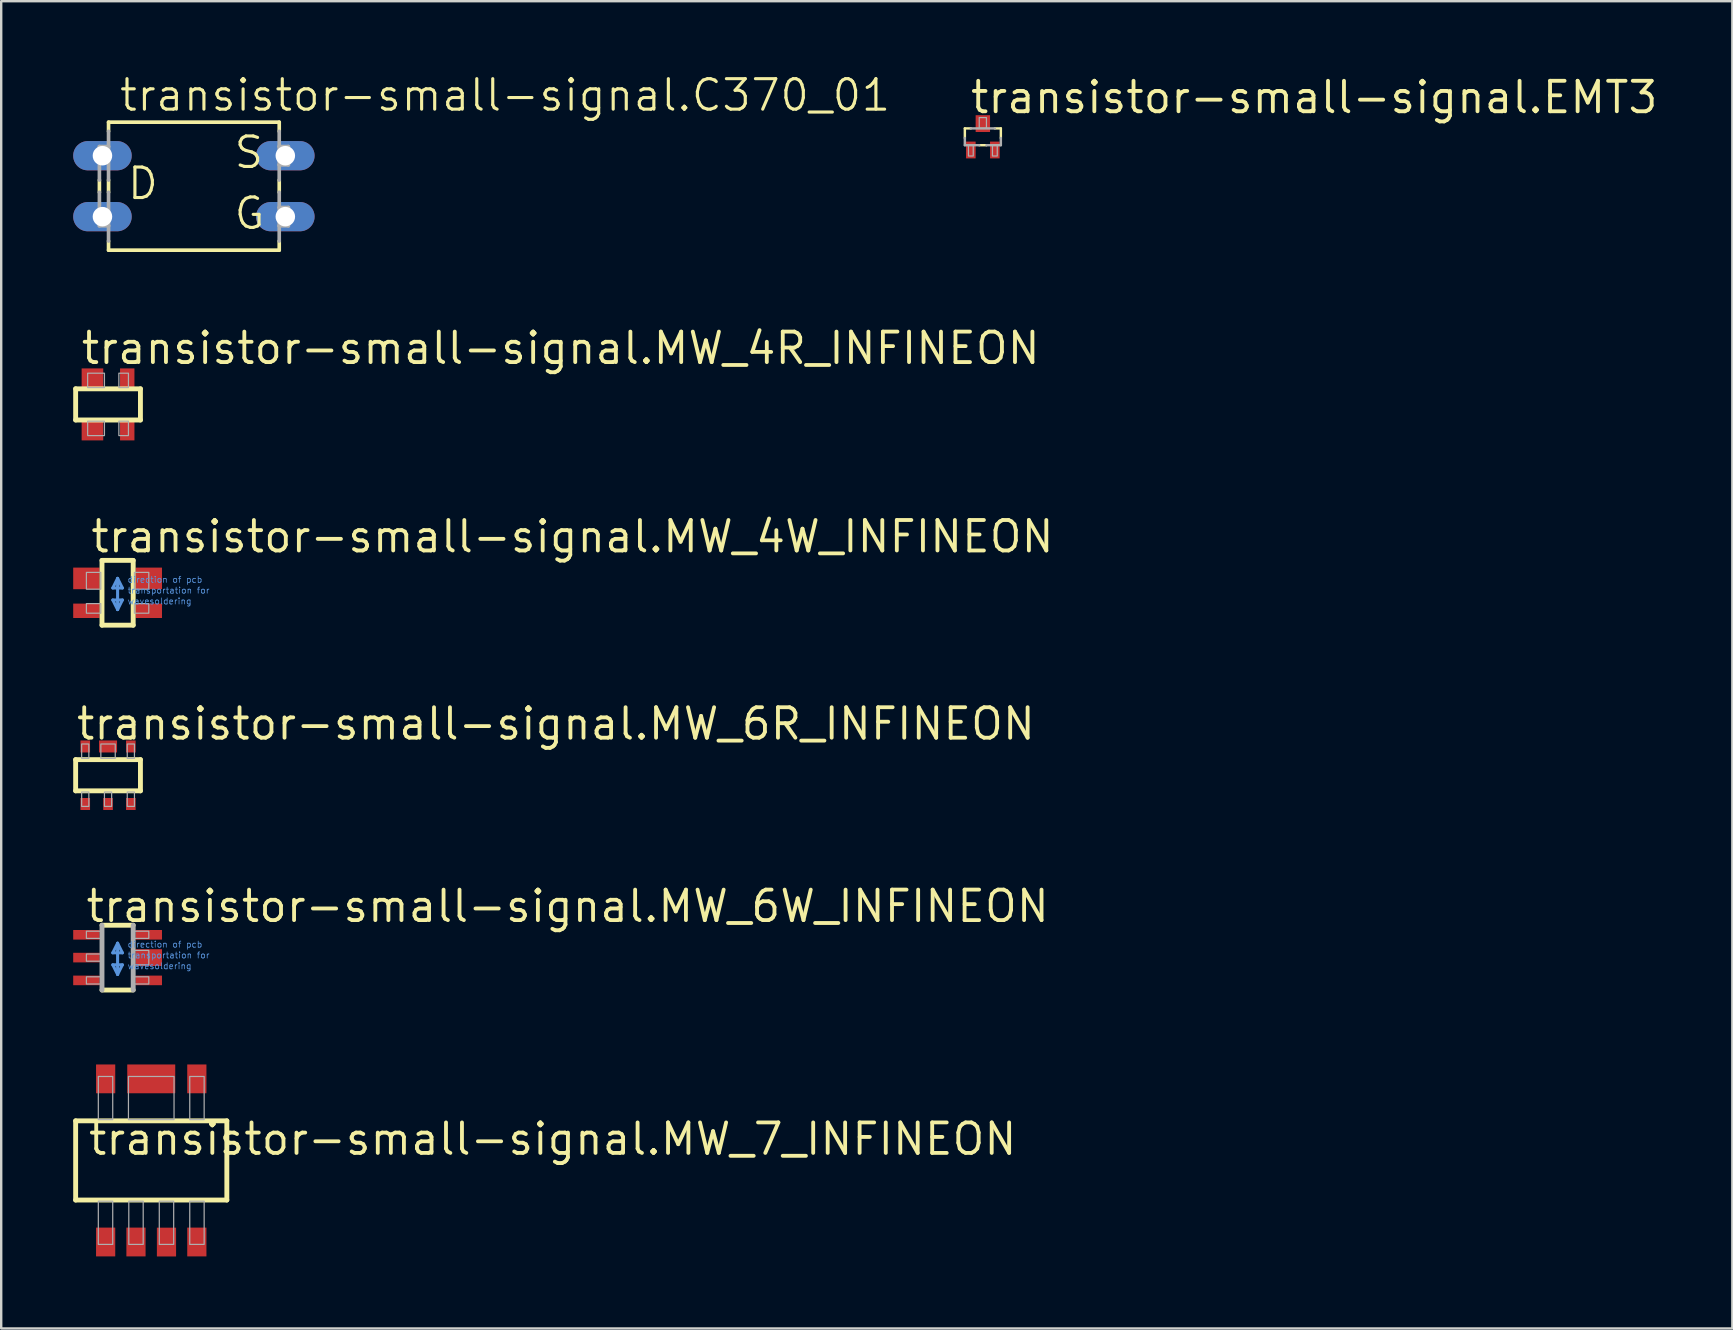
<source format=kicad_pcb>
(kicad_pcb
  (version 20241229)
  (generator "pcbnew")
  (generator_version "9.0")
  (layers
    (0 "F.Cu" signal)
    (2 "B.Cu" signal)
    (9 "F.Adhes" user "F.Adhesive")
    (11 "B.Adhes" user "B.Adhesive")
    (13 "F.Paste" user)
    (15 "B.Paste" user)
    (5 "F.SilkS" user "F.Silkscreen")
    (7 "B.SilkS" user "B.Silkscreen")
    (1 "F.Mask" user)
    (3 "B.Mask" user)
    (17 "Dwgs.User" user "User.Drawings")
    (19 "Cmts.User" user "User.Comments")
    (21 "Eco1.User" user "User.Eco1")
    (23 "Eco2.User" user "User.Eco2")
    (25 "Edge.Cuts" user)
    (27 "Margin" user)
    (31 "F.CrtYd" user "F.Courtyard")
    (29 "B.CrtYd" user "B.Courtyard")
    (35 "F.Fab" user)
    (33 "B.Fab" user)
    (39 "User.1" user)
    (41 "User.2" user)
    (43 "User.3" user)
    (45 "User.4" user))
  (footprint "transistor-small-signal.MW_4R_INFINEON"
    (layer "F.Cu")
    (at 1.452 13.801)
    (property "Reference" "transistor-small-signal.MW_4R_INFINEON" (at -1.2 -1.6 0) (layer "F.SilkS") (effects (font (size 1.27 1.27) (thickness 0.16)) (justify left bottom)))
    (attr smd)
    (fp_line (start -1.35 -0.65) (end -1.35 0.65) (stroke (width 0.203) (type default)) (layer "F.SilkS"))
    (fp_line (start -1.35 0.65) (end 1.35 0.65) (stroke (width 0.203) (type default)) (layer "F.SilkS"))
    (fp_line (start 1.35 -0.65) (end -1.35 -0.65) (stroke (width 0.203) (type default)) (layer "F.SilkS"))
    (fp_line (start 1.35 0.65) (end 1.35 -0.65) (stroke (width 0.203) (type default)) (layer "F.SilkS"))
    (fp_rect (start -0.85 -0.7) (end -0.15 -1.3) (stroke (width 0.05) (type default)) (fill no) (layer "F.Fab"))
    (fp_rect (start -0.85 1.3) (end -0.15 0.7) (stroke (width 0.05) (type default)) (fill no) (layer "F.Fab"))
    (fp_rect (start 0.45 -0.7) (end 0.85 -1.3) (stroke (width 0.05) (type default)) (fill no) (layer "F.Fab"))
    (fp_rect (start 0.45 1.3) (end 0.85 0.7) (stroke (width 0.05) (type default)) (fill no) (layer "F.Fab"))
    (pad "1" smd roundrect (at -0.65 1.05) (size 0.9 0.9) (layers "F.Cu" "F.Mask" "F.Paste") (roundrect_rratio 0.01))
    (pad "2" smd roundrect (at 0.8 1.05) (size 0.6 0.9) (layers "F.Cu" "F.Mask" "F.Paste") (roundrect_rratio 0.01))
    (pad "3" smd roundrect (at 0.8 -1.05) (size 0.6 0.9) (layers "F.Cu" "F.Mask" "F.Paste") (roundrect_rratio 0.01))
    (pad "4" smd roundrect (at -0.65 -1.05) (size 0.9 0.9) (layers "F.Cu" "F.Mask" "F.Paste") (roundrect_rratio 0.01)))
  (footprint "transistor-small-signal.MW_6R_INFINEON"
    (layer "F.Cu")
    (at 1.452 29.253)
    (property "Reference" "transistor-small-signal.MW_6R_INFINEON" (at -1.4 -1.4 0) (layer "F.SilkS") (effects (font (size 1.27 1.27) (thickness 0.16)) (justify left bottom)))
    (attr smd)
    (fp_line (start -1.35 -0.65) (end -1.35 0.65) (stroke (width 0.203) (type default)) (layer "F.SilkS"))
    (fp_line (start -1.35 0.65) (end 1.35 0.65) (stroke (width 0.203) (type default)) (layer "F.SilkS"))
    (fp_line (start 1.35 -0.65) (end -1.35 -0.65) (stroke (width 0.203) (type default)) (layer "F.SilkS"))
    (fp_line (start 1.35 0.65) (end 1.35 -0.65) (stroke (width 0.203) (type default)) (layer "F.SilkS"))
    (fp_rect (start -1.1 -0.7) (end -0.8 -1.3) (stroke (width 0.05) (type default)) (fill no) (layer "F.Fab"))
    (fp_rect (start -1.1 1.3) (end -0.8 0.7) (stroke (width 0.05) (type default)) (fill no) (layer "F.Fab"))
    (fp_rect (start -0.3 -0.7) (end 0.3 -1.3) (stroke (width 0.05) (type default)) (fill no) (layer "F.Fab"))
    (fp_rect (start -0.15 1.3) (end 0.15 0.7) (stroke (width 0.05) (type default)) (fill no) (layer "F.Fab"))
    (fp_rect (start 0.8 -0.7) (end 1.1 -1.3) (stroke (width 0.05) (type default)) (fill no) (layer "F.Fab"))
    (fp_rect (start 0.8 1.3) (end 1.1 0.7) (stroke (width 0.05) (type default)) (fill no) (layer "F.Fab"))
    (pad "1" smd roundrect (at -0.95 1.2) (size 0.4 0.5) (layers "F.Cu" "F.Mask" "F.Paste") (roundrect_rratio 0.01))
    (pad "2" smd roundrect (at 0 1.2) (size 0.4 0.5) (layers "F.Cu" "F.Mask" "F.Paste") (roundrect_rratio 0.01))
    (pad "3" smd roundrect (at 0.95 1.2) (size 0.4 0.5) (layers "F.Cu" "F.Mask" "F.Paste") (roundrect_rratio 0.01))
    (pad "4" smd roundrect (at 0.95 -1.2) (size 0.4 0.5) (layers "F.Cu" "F.Mask" "F.Paste") (roundrect_rratio 0.01))
    (pad "5" smd roundrect (at 0 -1.2) (size 0.75 0.5) (layers "F.Cu" "F.Mask" "F.Paste") (roundrect_rratio 0.01))
    (pad "6" smd roundrect (at -0.95 -1.2) (size 0.4 0.5) (layers "F.Cu" "F.Mask" "F.Paste") (roundrect_rratio 0.01)))
  (footprint "transistor-small-signal.MW_6W_INFINEON"
    (layer "F.Cu")
    (at 1.85 36.853)
    (property "Reference" "transistor-small-signal.MW_6W_INFINEON" (at -1.4 -1.4 0) (layer "F.SilkS") (effects (font (size 1.27 1.27) (thickness 0.16)) (justify left bottom)))
    (attr smd)
    (fp_line (start -0.65 1.35) (end 0.65 1.35) (stroke (width 0.203) (type default)) (layer "F.SilkS"))
    (fp_line (start 0.65 -1.35) (end -0.65 -1.35) (stroke (width 0.203) (type default)) (layer "F.SilkS"))
    (fp_line (start -0.2 -0.2) (end 0.2 -0.2) (stroke (width 0.127) (type default)) (layer "Cmts.User"))
    (fp_line (start -0.2 0.3) (end 0 0.7) (stroke (width 0.127) (type default)) (layer "Cmts.User"))
    (fp_line (start 0 -0.6) (end -0.2 -0.2) (stroke (width 0.127) (type default)) (layer "Cmts.User"))
    (fp_line (start 0 0.7) (end 0 -0.6) (stroke (width 0.127) (type default)) (layer "Cmts.User"))
    (fp_line (start 0 0.7) (end 0.2 0.3) (stroke (width 0.127) (type default)) (layer "Cmts.User"))
    (fp_line (start 0.2 -0.2) (end 0 -0.6) (stroke (width 0.127) (type default)) (layer "Cmts.User"))
    (fp_line (start 0.2 0.3) (end -0.2 0.3) (stroke (width 0.127) (type default)) (layer "Cmts.User"))
    (fp_line (start -0.65 -1.35) (end -0.65 1.35) (stroke (width 0.203) (type default)) (layer "F.Fab"))
    (fp_line (start 0.65 1.35) (end 0.65 -1.35) (stroke (width 0.203) (type default)) (layer "F.Fab"))
    (fp_rect (start -1.3 -0.8) (end -0.7 -1.1) (stroke (width 0.05) (type default)) (fill no) (layer "F.Fab"))
    (fp_rect (start -1.3 0.15) (end -0.7 -0.15) (stroke (width 0.05) (type default)) (fill no) (layer "F.Fab"))
    (fp_rect (start -1.3 1.1) (end -0.7 0.8) (stroke (width 0.05) (type default)) (fill no) (layer "F.Fab"))
    (fp_rect (start 0.7 -0.8) (end 1.3 -1.1) (stroke (width 0.05) (type default)) (fill no) (layer "F.Fab"))
    (fp_rect (start 0.7 0.3) (end 1.3 -0.3) (stroke (width 0.05) (type default)) (fill no) (layer "F.Fab"))
    (fp_rect (start 0.7 1.1) (end 1.3 0.8) (stroke (width 0.05) (type default)) (fill no) (layer "F.Fab"))
    (fp_text user "direction of pcb" (at 0.4 -0.4 0) (layer "Cmts.User") (effects (font (size 0.254 0.254) (thickness 0.03)) (justify left bottom)))
    (fp_text user "wavesoldering" (at 0.4 0.5 0) (layer "Cmts.User") (effects (font (size 0.254 0.254) (thickness 0.03)) (justify left bottom)))
    (fp_text user "transportation for" (at 0.4 0.05 0) (layer "Cmts.User") (effects (font (size 0.254 0.254) (thickness 0.03)) (justify left bottom)))
    (pad "1" smd roundrect (at -1.3 -0.95) (size 1.1 0.4) (layers "F.Cu" "F.Mask" "F.Paste") (roundrect_rratio 0.01))
    (pad "2" smd roundrect (at -1.3 0) (size 1.1 0.4) (layers "F.Cu" "F.Mask" "F.Paste") (roundrect_rratio 0.01))
    (pad "3" smd roundrect (at -1.3 0.95) (size 1.1 0.4) (layers "F.Cu" "F.Mask" "F.Paste") (roundrect_rratio 0.01))
    (pad "4" smd roundrect (at 1.3 0.95) (size 1.1 0.4) (layers "F.Cu" "F.Mask" "F.Paste") (roundrect_rratio 0.01))
    (pad "5" smd roundrect (at 1.3 0) (size 1.1 0.7) (layers "F.Cu" "F.Mask" "F.Paste") (roundrect_rratio 0.01))
    (pad "6" smd roundrect (at 1.3 -0.95) (size 1.1 0.4) (layers "F.Cu" "F.Mask" "F.Paste") (roundrect_rratio 0.01)))
  (footprint "transistor-small-signal.MW_7_INFINEON"
    (layer "F.Cu")
    (at 3.252 45.304)
    (property "Reference" "transistor-small-signal.MW_7_INFINEON" (at -2.7 -0.15 0) (layer "F.SilkS") (effects (font (size 1.27 1.27) (thickness 0.16)) (justify left bottom)))
    (attr smd)
    (fp_line (start -3.15 -1.65) (end -3.15 1.65) (stroke (width 0.203) (type default)) (layer "F.SilkS"))
    (fp_line (start -3.15 1.65) (end 3.15 1.65) (stroke (width 0.203) (type default)) (layer "F.SilkS"))
    (fp_line (start 3.15 -1.65) (end -3.15 -1.65) (stroke (width 0.203) (type default)) (layer "F.SilkS"))
    (fp_line (start 3.15 1.65) (end 3.15 -1.65) (stroke (width 0.203) (type default)) (layer "F.SilkS"))
    (fp_rect (start -2.205 -1.7) (end -1.605 -3.5) (stroke (width 0.05) (type default)) (fill no) (layer "F.Fab"))
    (fp_rect (start -2.205 3.5) (end -1.605 1.7) (stroke (width 0.05) (type default)) (fill no) (layer "F.Fab"))
    (fp_rect (start -0.95 -1.7) (end 0.95 -3.5) (stroke (width 0.05) (type default)) (fill no) (layer "F.Fab"))
    (fp_rect (start -0.935 3.5) (end -0.335 1.7) (stroke (width 0.05) (type default)) (fill no) (layer "F.Fab"))
    (fp_rect (start 0.335 3.5) (end 0.935 1.7) (stroke (width 0.05) (type default)) (fill no) (layer "F.Fab"))
    (fp_rect (start 1.605 -1.7) (end 2.205 -3.5) (stroke (width 0.05) (type default)) (fill no) (layer "F.Fab"))
    (fp_rect (start 1.605 3.5) (end 2.205 1.7) (stroke (width 0.05) (type default)) (fill no) (layer "F.Fab"))
    (pad "1" smd roundrect (at -1.9 3.4) (size 0.8 1.2) (layers "F.Cu" "F.Mask" "F.Paste") (roundrect_rratio 0.01))
    (pad "2" smd roundrect (at -0.636 3.4) (size 0.8 1.2) (layers "F.Cu" "F.Mask" "F.Paste") (roundrect_rratio 0.01))
    (pad "3" smd roundrect (at 0.635 3.401) (size 0.8 1.2) (layers "F.Cu" "F.Mask" "F.Paste") (roundrect_rratio 0.01))
    (pad "4" smd roundrect (at 1.9 3.4) (size 0.8 1.2) (layers "F.Cu" "F.Mask" "F.Paste") (roundrect_rratio 0.01))
    (pad "5" smd roundrect (at 1.9 -3.4) (size 0.8 1.2) (layers "F.Cu" "F.Mask" "F.Paste") (roundrect_rratio 0.01))
    (pad "6" smd roundrect (at 0 -3.4) (size 2 1.2) (layers "F.Cu" "F.Mask" "F.Paste") (roundrect_rratio 0.01))
    (pad "7" smd roundrect (at -1.9 -3.4) (size 0.8 1.2) (layers "F.Cu" "F.Mask" "F.Paste") (roundrect_rratio 0.01)))
  (footprint "transistor-small-signal.MW_4W_INFINEON"
    (layer "F.Cu")
    (at 1.85 21.651)
    (property "Reference" "transistor-small-signal.MW_4W_INFINEON" (at -1.2 -1.6 0) (layer "F.SilkS") (effects (font (size 1.27 1.27) (thickness 0.16)) (justify left bottom)))
    (attr smd)
    (fp_line (start -0.65 -1.35) (end -0.65 1.35) (stroke (width 0.203) (type default)) (layer "F.SilkS"))
    (fp_line (start -0.65 1.35) (end 0.65 1.35) (stroke (width 0.203) (type default)) (layer "F.SilkS"))
    (fp_line (start 0.65 -1.35) (end -0.65 -1.35) (stroke (width 0.203) (type default)) (layer "F.SilkS"))
    (fp_line (start 0.65 1.35) (end 0.65 -1.35) (stroke (width 0.203) (type default)) (layer "F.SilkS"))
    (fp_line (start -0.2 -0.2) (end 0.2 -0.2) (stroke (width 0.127) (type default)) (layer "Cmts.User"))
    (fp_line (start -0.2 0.3) (end 0 0.7) (stroke (width 0.127) (type default)) (layer "Cmts.User"))
    (fp_line (start 0 -0.6) (end -0.2 -0.2) (stroke (width 0.127) (type default)) (layer "Cmts.User"))
    (fp_line (start 0 0.7) (end 0 -0.6) (stroke (width 0.127) (type default)) (layer "Cmts.User"))
    (fp_line (start 0 0.7) (end 0.2 0.3) (stroke (width 0.127) (type default)) (layer "Cmts.User"))
    (fp_line (start 0.2 -0.2) (end 0 -0.6) (stroke (width 0.127) (type default)) (layer "Cmts.User"))
    (fp_line (start 0.2 0.3) (end -0.2 0.3) (stroke (width 0.127) (type default)) (layer "Cmts.User"))
    (fp_rect (start -1.3 -0.15) (end -0.7 -0.85) (stroke (width 0.05) (type default)) (fill no) (layer "F.Fab"))
    (fp_rect (start -1.3 0.85) (end -0.7 0.45) (stroke (width 0.05) (type default)) (fill no) (layer "F.Fab"))
    (fp_rect (start 0.7 -0.15) (end 1.3 -0.85) (stroke (width 0.05) (type default)) (fill no) (layer "F.Fab"))
    (fp_rect (start 0.7 0.85) (end 1.3 0.45) (stroke (width 0.05) (type default)) (fill no) (layer "F.Fab"))
    (fp_text user "direction of pcb" (at 0.4 -0.4 0) (layer "Cmts.User") (effects (font (size 0.254 0.254) (thickness 0.03)) (justify left bottom)))
    (fp_text user "wavesoldering" (at 0.4 0.5 0) (layer "Cmts.User") (effects (font (size 0.254 0.254) (thickness 0.03)) (justify left bottom)))
    (fp_text user "transportation for" (at 0.4 0.05 0) (layer "Cmts.User") (effects (font (size 0.254 0.254) (thickness 0.03)) (justify left bottom)))
    (pad "1" smd roundrect (at -1.3 -0.6) (size 1.1 0.9) (layers "F.Cu" "F.Mask" "F.Paste") (roundrect_rratio 0.01))
    (pad "2" smd roundrect (at -1.3 0.75) (size 1.1 0.6) (layers "F.Cu" "F.Mask" "F.Paste") (roundrect_rratio 0.01))
    (pad "3" smd roundrect (at 1.3 0.75) (size 1.1 0.6) (layers "F.Cu" "F.Mask" "F.Paste") (roundrect_rratio 0.01))
    (pad "4" smd roundrect (at 1.3 -0.6) (size 1.1 0.9) (layers "F.Cu" "F.Mask" "F.Paste") (roundrect_rratio 0.01)))
  (footprint "transistor-small-signal.C370_01"
    (layer "F.Cu")
    (at 5.029 4.708)
    (property "Reference" "transistor-small-signal.C370_01" (at -3.175 -3.048 0) (layer "F.SilkS") (effects (font (size 1.27 1.27) (thickness 0.13)) (justify left bottom)))
    (attr through_hole)
    (fp_line (start -3.937 0.254) (end -3.937 -0.254) (stroke (width 0.152) (type default)) (layer "F.SilkS"))
    (fp_line (start -3.556 -2.667) (end -3.556 -2.286) (stroke (width 0.152) (type default)) (layer "F.SilkS"))
    (fp_line (start -3.556 0.254) (end -3.556 -0.254) (stroke (width 0.152) (type default)) (layer "F.SilkS"))
    (fp_line (start -3.556 2.286) (end -3.556 2.667) (stroke (width 0.152) (type default)) (layer "F.SilkS"))
    (fp_line (start 3.556 -2.667) (end -3.556 -2.667) (stroke (width 0.152) (type default)) (layer "F.SilkS"))
    (fp_line (start 3.556 -2.286) (end 3.556 -2.667) (stroke (width 0.152) (type default)) (layer "F.SilkS"))
    (fp_line (start 3.556 0.254) (end 3.556 -0.254) (stroke (width 0.152) (type default)) (layer "F.SilkS"))
    (fp_line (start 3.556 2.667) (end -3.556 2.667) (stroke (width 0.152) (type default)) (layer "F.SilkS"))
    (fp_line (start 3.556 2.667) (end 3.556 2.286) (stroke (width 0.152) (type default)) (layer "F.SilkS"))
    (fp_line (start -3.937 -0.254) (end -3.937 -1.651) (stroke (width 0.152) (type default)) (layer "F.Fab"))
    (fp_line (start -3.937 1.651) (end -3.937 0.254) (stroke (width 0.152) (type default)) (layer "F.Fab"))
    (fp_line (start -3.937 1.651) (end -3.556 1.651) (stroke (width 0.152) (type default)) (layer "F.Fab"))
    (fp_line (start -3.556 -1.651) (end -3.937 -1.651) (stroke (width 0.152) (type default)) (layer "F.Fab"))
    (fp_line (start -3.556 -1.651) (end -3.556 -2.286) (stroke (width 0.152) (type default)) (layer "F.Fab"))
    (fp_line (start -3.556 -0.254) (end -3.556 -1.651) (stroke (width 0.152) (type default)) (layer "F.Fab"))
    (fp_line (start -3.556 1.651) (end -3.556 0.254) (stroke (width 0.152) (type default)) (layer "F.Fab"))
    (fp_line (start -3.556 2.286) (end -3.556 1.651) (stroke (width 0.152) (type default)) (layer "F.Fab"))
    (fp_line (start 3.556 -1.651) (end 3.556 -2.286) (stroke (width 0.152) (type default)) (layer "F.Fab"))
    (fp_line (start 3.556 -1.651) (end 3.937 -1.651) (stroke (width 0.152) (type default)) (layer "F.Fab"))
    (fp_line (start 3.556 -0.889) (end 3.556 -1.651) (stroke (width 0.152) (type default)) (layer "F.Fab"))
    (fp_line (start 3.556 -0.254) (end 3.556 -0.889) (stroke (width 0.152) (type default)) (layer "F.Fab"))
    (fp_line (start 3.556 0.889) (end 3.556 0.254) (stroke (width 0.152) (type default)) (layer "F.Fab"))
    (fp_line (start 3.556 0.889) (end 3.937 0.889) (stroke (width 0.152) (type default)) (layer "F.Fab"))
    (fp_line (start 3.556 1.651) (end 3.556 0.889) (stroke (width 0.152) (type default)) (layer "F.Fab"))
    (fp_line (start 3.556 2.286) (end 3.556 1.651) (stroke (width 0.152) (type default)) (layer "F.Fab"))
    (fp_line (start 3.937 -1.651) (end 3.937 -0.889) (stroke (width 0.152) (type default)) (layer "F.Fab"))
    (fp_line (start 3.937 -0.889) (end 3.556 -0.889) (stroke (width 0.152) (type default)) (layer "F.Fab"))
    (fp_line (start 3.937 0.889) (end 3.937 1.651) (stroke (width 0.152) (type default)) (layer "F.Fab"))
    (fp_line (start 3.937 1.651) (end 3.556 1.651) (stroke (width 0.152) (type default)) (layer "F.Fab"))
    (fp_text user "D" (at -2.845 0.635 0) (layer "F.SilkS") (effects (font (size 1.27 1.27) (thickness 0.13)) (justify left bottom)))
    (fp_text user "G" (at 1.6 1.88 0) (layer "F.SilkS") (effects (font (size 1.27 1.27) (thickness 0.13)) (justify left bottom)))
    (fp_text user "S" (at 1.6 -0.66 0) (layer "F.SilkS") (effects (font (size 1.27 1.27) (thickness 0.13)) (justify left bottom)))
    (pad "D" thru_hole oval (at -3.81 -1.27) (size 2.438 1.219) (drill 0.813) (layers "*.Cu" "*.Mask"))
    (pad "D1" thru_hole oval (at -3.81 1.27) (size 2.438 1.219) (drill 0.813) (layers "*.Cu" "*.Mask"))
    (pad "G" thru_hole oval (at 3.81 1.27) (size 2.438 1.219) (drill 0.813) (layers "*.Cu" "*.Mask"))
    (pad "S" thru_hole oval (at 3.81 -1.27) (size 2.438 1.219) (drill 0.813) (layers "*.Cu" "*.Mask")))
  (footprint "transistor-small-signal.EMT3"
    (layer "F.Cu")
    (at 37.904 2.65)
    (property "Reference" "transistor-small-signal.EMT3" (at -0.6 -0.9 0) (layer "F.SilkS") (effects (font (size 1.27 1.27) (thickness 0.16)) (justify left bottom)))
    (attr smd)
    (fp_line (start -0.75 -0.35) (end -0.5 -0.35) (stroke (width 0.102) (type default)) (layer "F.SilkS"))
    (fp_line (start -0.75 0.05) (end -0.75 -0.35) (stroke (width 0.102) (type default)) (layer "F.SilkS"))
    (fp_line (start 0.15 0.35) (end -0.15 0.35) (stroke (width 0.102) (type default)) (layer "F.SilkS"))
    (fp_line (start 0.5 -0.35) (end 0.75 -0.35) (stroke (width 0.102) (type default)) (layer "F.SilkS"))
    (fp_line (start 0.75 -0.35) (end 0.75 0.05) (stroke (width 0.102) (type default)) (layer "F.SilkS"))
    (fp_line (start -0.75 0.35) (end -0.75 0.05) (stroke (width 0.102) (type default)) (layer "F.Fab"))
    (fp_line (start -0.5 -0.35) (end 0.5 -0.35) (stroke (width 0.102) (type default)) (layer "F.Fab"))
    (fp_line (start -0.15 0.35) (end -0.75 0.35) (stroke (width 0.102) (type default)) (layer "F.Fab"))
    (fp_line (start 0.75 0.05) (end 0.75 0.35) (stroke (width 0.102) (type default)) (layer "F.Fab"))
    (fp_line (start 0.75 0.35) (end 0.15 0.35) (stroke (width 0.102) (type default)) (layer "F.Fab"))
    (fp_rect (start -0.6 0.8) (end -0.4 0.35) (stroke (width 0.05) (type default)) (fill no) (layer "F.Fab"))
    (fp_rect (start -0.15 -0.35) (end 0.15 -0.8) (stroke (width 0.05) (type default)) (fill no) (layer "F.Fab"))
    (fp_rect (start 0.4 0.8) (end 0.6 0.35) (stroke (width 0.05) (type default)) (fill no) (layer "F.Fab"))
    (pad "B" smd roundrect (at -0.5 0.55) (size 0.4 0.7) (layers "F.Cu" "F.Mask" "F.Paste") (roundrect_rratio 0.01))
    (pad "C" smd roundrect (at 0 -0.55) (size 0.6 0.7) (layers "F.Cu" "F.Mask" "F.Paste") (roundrect_rratio 0.01))
    (pad "E" smd roundrect (at 0.5 0.55) (size 0.4 0.7) (layers "F.Cu" "F.Mask" "F.Paste") (roundrect_rratio 0.01)))
  (gr_rect
    (start -3 -3)
    (end 69.135 52.305)
    (stroke (width 0.1) (type default))
    (fill no)
    (layer "Edge.Cuts")))
</source>
